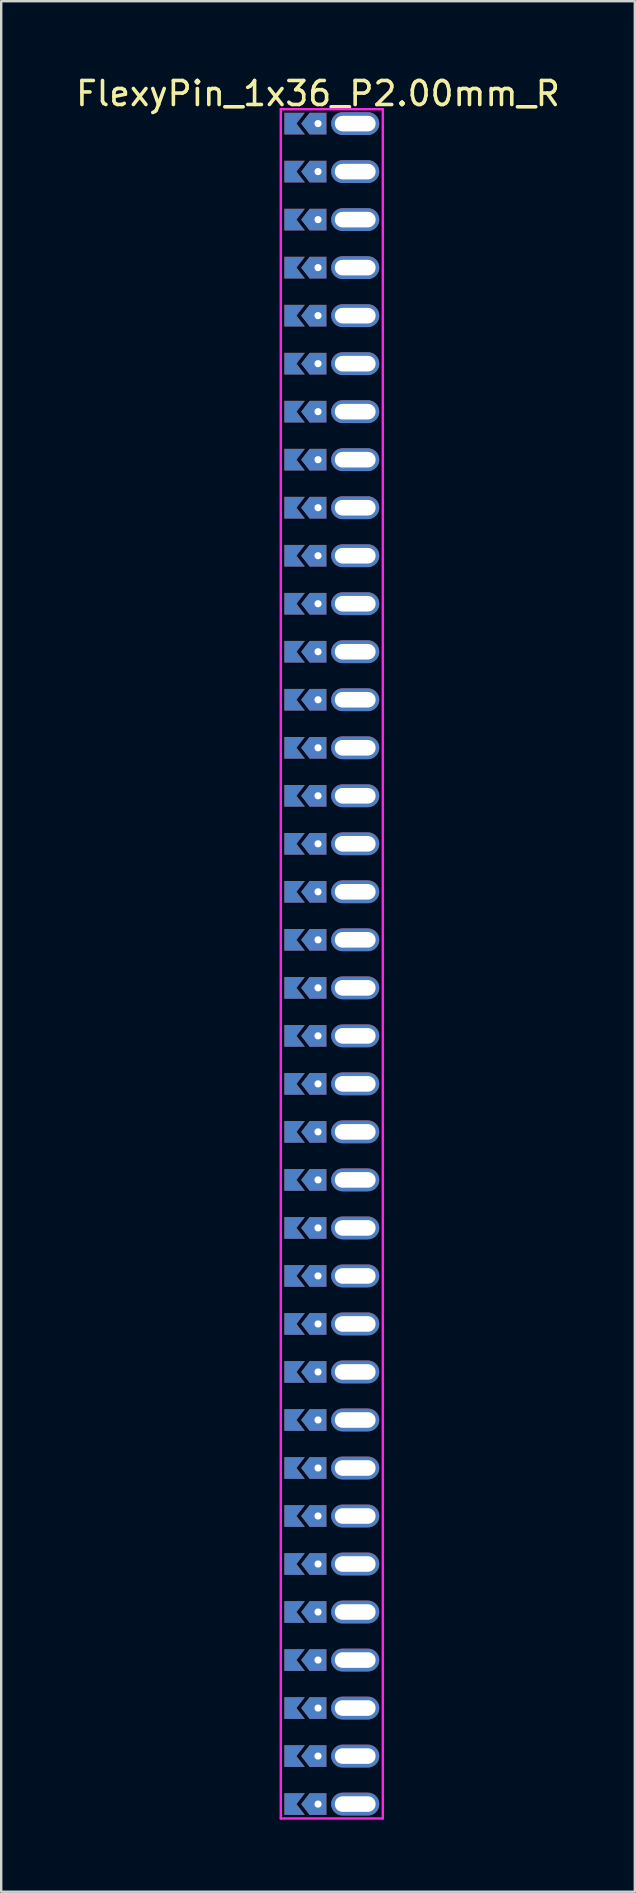
<source format=kicad_pcb>
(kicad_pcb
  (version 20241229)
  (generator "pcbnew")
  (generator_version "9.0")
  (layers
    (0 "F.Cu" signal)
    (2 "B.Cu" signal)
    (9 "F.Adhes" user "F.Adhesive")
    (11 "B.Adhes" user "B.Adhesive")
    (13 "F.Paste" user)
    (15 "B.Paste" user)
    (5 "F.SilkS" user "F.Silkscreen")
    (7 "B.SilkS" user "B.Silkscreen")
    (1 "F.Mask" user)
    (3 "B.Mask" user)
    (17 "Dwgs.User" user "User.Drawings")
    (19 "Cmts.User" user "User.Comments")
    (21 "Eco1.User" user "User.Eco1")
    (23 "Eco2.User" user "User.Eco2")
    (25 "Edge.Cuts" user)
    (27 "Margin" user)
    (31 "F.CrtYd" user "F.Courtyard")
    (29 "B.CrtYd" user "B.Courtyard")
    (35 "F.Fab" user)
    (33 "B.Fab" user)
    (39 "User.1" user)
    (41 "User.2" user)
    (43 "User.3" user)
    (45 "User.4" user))
  (footprint "FlexyPin_1x36_P2.00mm_R"
    (layer "F.Cu")
    (at 10.196 2.098)
    (property "Reference" "FlexyPin_1x36_P2.00mm_R" (at 0 -1.25 0) (layer "F.SilkS") (effects (font (size 1 1) (thickness 0.15))))
    (attr through_hole)
    (fp_line (start -1.55 -0.6) (end 2.7 -0.6) (stroke (width 0.1) (type solid)) (layer "F.CrtYd"))
    (fp_line (start -1.55 70.6) (end -1.55 -0.6) (stroke (width 0.1) (type solid)) (layer "F.CrtYd"))
    (fp_line (start 2.7 -0.6) (end 2.7 70.6) (stroke (width 0.1) (type solid)) (layer "F.CrtYd"))
    (fp_line (start 2.7 70.6) (end -1.55 70.6) (stroke (width 0.1) (type solid)) (layer "F.CrtYd"))
    (pad "" thru_hole custom (at 0 0) (size 0.3 0.3) (drill 0.6) (layers "*.Cu" "*.Mask") (options (anchor rect)) (primitives (gr_poly (pts (xy 0.35 0.45) (xy 0.35 -0.45) (xy -0.35 -0.45) (xy -0.7 0) (xy -0.35 0.45)) (width 0) (fill yes))))
    (pad "" thru_hole custom (at 0 2) (size 0.3 0.3) (drill 0.6) (layers "*.Cu" "*.Mask") (options (anchor rect)) (primitives (gr_poly (pts (xy 0.35 0.45) (xy 0.35 -0.45) (xy -0.35 -0.45) (xy -0.7 0) (xy -0.35 0.45)) (width 0) (fill yes))))
    (pad "" thru_hole custom (at 0 4) (size 0.3 0.3) (drill 0.6) (layers "*.Cu" "*.Mask") (options (anchor rect)) (primitives (gr_poly (pts (xy 0.35 0.45) (xy 0.35 -0.45) (xy -0.35 -0.45) (xy -0.7 0) (xy -0.35 0.45)) (width 0) (fill yes))))
    (pad "" thru_hole custom (at 0 6) (size 0.3 0.3) (drill 0.6) (layers "*.Cu" "*.Mask") (options (anchor rect)) (primitives (gr_poly (pts (xy 0.35 0.45) (xy 0.35 -0.45) (xy -0.35 -0.45) (xy -0.7 0) (xy -0.35 0.45)) (width 0) (fill yes))))
    (pad "" thru_hole custom (at 0 8) (size 0.3 0.3) (drill 0.6) (layers "*.Cu" "*.Mask") (options (anchor rect)) (primitives (gr_poly (pts (xy 0.35 0.45) (xy 0.35 -0.45) (xy -0.35 -0.45) (xy -0.7 0) (xy -0.35 0.45)) (width 0) (fill yes))))
    (pad "" thru_hole custom (at 0 10) (size 0.3 0.3) (drill 0.6) (layers "*.Cu" "*.Mask") (options (anchor rect)) (primitives (gr_poly (pts (xy 0.35 0.45) (xy 0.35 -0.45) (xy -0.35 -0.45) (xy -0.7 0) (xy -0.35 0.45)) (width 0) (fill yes))))
    (pad "" thru_hole custom (at 0 12) (size 0.3 0.3) (drill 0.6) (layers "*.Cu" "*.Mask") (options (anchor rect)) (primitives (gr_poly (pts (xy 0.35 0.45) (xy 0.35 -0.45) (xy -0.35 -0.45) (xy -0.7 0) (xy -0.35 0.45)) (width 0) (fill yes))))
    (pad "" thru_hole custom (at 0 14) (size 0.3 0.3) (drill 0.6) (layers "*.Cu" "*.Mask") (options (anchor rect)) (primitives (gr_poly (pts (xy 0.35 0.45) (xy 0.35 -0.45) (xy -0.35 -0.45) (xy -0.7 0) (xy -0.35 0.45)) (width 0) (fill yes))))
    (pad "" thru_hole custom (at 0 16) (size 0.3 0.3) (drill 0.6) (layers "*.Cu" "*.Mask") (options (anchor rect)) (primitives (gr_poly (pts (xy 0.35 0.45) (xy 0.35 -0.45) (xy -0.35 -0.45) (xy -0.7 0) (xy -0.35 0.45)) (width 0) (fill yes))))
    (pad "" thru_hole custom (at 0 18) (size 0.3 0.3) (drill 0.6) (layers "*.Cu" "*.Mask") (options (anchor rect)) (primitives (gr_poly (pts (xy 0.35 0.45) (xy 0.35 -0.45) (xy -0.35 -0.45) (xy -0.7 0) (xy -0.35 0.45)) (width 0) (fill yes))))
    (pad "" thru_hole custom (at 0 20) (size 0.3 0.3) (drill 0.6) (layers "*.Cu" "*.Mask") (options (anchor rect)) (primitives (gr_poly (pts (xy 0.35 0.45) (xy 0.35 -0.45) (xy -0.35 -0.45) (xy -0.7 0) (xy -0.35 0.45)) (width 0) (fill yes))))
    (pad "" thru_hole custom (at 0 22) (size 0.3 0.3) (drill 0.6) (layers "*.Cu" "*.Mask") (options (anchor rect)) (primitives (gr_poly (pts (xy 0.35 0.45) (xy 0.35 -0.45) (xy -0.35 -0.45) (xy -0.7 0) (xy -0.35 0.45)) (width 0) (fill yes))))
    (pad "" thru_hole custom (at 0 24) (size 0.3 0.3) (drill 0.6) (layers "*.Cu" "*.Mask") (options (anchor rect)) (primitives (gr_poly (pts (xy 0.35 0.45) (xy 0.35 -0.45) (xy -0.35 -0.45) (xy -0.7 0) (xy -0.35 0.45)) (width 0) (fill yes))))
    (pad "" thru_hole custom (at 0 26) (size 0.3 0.3) (drill 0.6) (layers "*.Cu" "*.Mask") (options (anchor rect)) (primitives (gr_poly (pts (xy 0.35 0.45) (xy 0.35 -0.45) (xy -0.35 -0.45) (xy -0.7 0) (xy -0.35 0.45)) (width 0) (fill yes))))
    (pad "" thru_hole custom (at 0 28) (size 0.3 0.3) (drill 0.6) (layers "*.Cu" "*.Mask") (options (anchor rect)) (primitives (gr_poly (pts (xy 0.35 0.45) (xy 0.35 -0.45) (xy -0.35 -0.45) (xy -0.7 0) (xy -0.35 0.45)) (width 0) (fill yes))))
    (pad "" thru_hole custom (at 0 30) (size 0.3 0.3) (drill 0.6) (layers "*.Cu" "*.Mask") (options (anchor rect)) (primitives (gr_poly (pts (xy 0.35 0.45) (xy 0.35 -0.45) (xy -0.35 -0.45) (xy -0.7 0) (xy -0.35 0.45)) (width 0) (fill yes))))
    (pad "" thru_hole custom (at 0 32) (size 0.3 0.3) (drill 0.6) (layers "*.Cu" "*.Mask") (options (anchor rect)) (primitives (gr_poly (pts (xy 0.35 0.45) (xy 0.35 -0.45) (xy -0.35 -0.45) (xy -0.7 0) (xy -0.35 0.45)) (width 0) (fill yes))))
    (pad "" thru_hole custom (at 0 34) (size 0.3 0.3) (drill 0.6) (layers "*.Cu" "*.Mask") (options (anchor rect)) (primitives (gr_poly (pts (xy 0.35 0.45) (xy 0.35 -0.45) (xy -0.35 -0.45) (xy -0.7 0) (xy -0.35 0.45)) (width 0) (fill yes))))
    (pad "" thru_hole custom (at 0 36) (size 0.3 0.3) (drill 0.6) (layers "*.Cu" "*.Mask") (options (anchor rect)) (primitives (gr_poly (pts (xy 0.35 0.45) (xy 0.35 -0.45) (xy -0.35 -0.45) (xy -0.7 0) (xy -0.35 0.45)) (width 0) (fill yes))))
    (pad "" thru_hole custom (at 0 38) (size 0.3 0.3) (drill 0.6) (layers "*.Cu" "*.Mask") (options (anchor rect)) (primitives (gr_poly (pts (xy 0.35 0.45) (xy 0.35 -0.45) (xy -0.35 -0.45) (xy -0.7 0) (xy -0.35 0.45)) (width 0) (fill yes))))
    (pad "" thru_hole custom (at 0 40) (size 0.3 0.3) (drill 0.6) (layers "*.Cu" "*.Mask") (options (anchor rect)) (primitives (gr_poly (pts (xy 0.35 0.45) (xy 0.35 -0.45) (xy -0.35 -0.45) (xy -0.7 0) (xy -0.35 0.45)) (width 0) (fill yes))))
    (pad "" thru_hole custom (at 0 42) (size 0.3 0.3) (drill 0.6) (layers "*.Cu" "*.Mask") (options (anchor rect)) (primitives (gr_poly (pts (xy 0.35 0.45) (xy 0.35 -0.45) (xy -0.35 -0.45) (xy -0.7 0) (xy -0.35 0.45)) (width 0) (fill yes))))
    (pad "" thru_hole custom (at 0 44) (size 0.3 0.3) (drill 0.6) (layers "*.Cu" "*.Mask") (options (anchor rect)) (primitives (gr_poly (pts (xy 0.35 0.45) (xy 0.35 -0.45) (xy -0.35 -0.45) (xy -0.7 0) (xy -0.35 0.45)) (width 0) (fill yes))))
    (pad "" thru_hole custom (at 0 46) (size 0.3 0.3) (drill 0.6) (layers "*.Cu" "*.Mask") (options (anchor rect)) (primitives (gr_poly (pts (xy 0.35 0.45) (xy 0.35 -0.45) (xy -0.35 -0.45) (xy -0.7 0) (xy -0.35 0.45)) (width 0) (fill yes))))
    (pad "" thru_hole custom (at 0 48) (size 0.3 0.3) (drill 0.6) (layers "*.Cu" "*.Mask") (options (anchor rect)) (primitives (gr_poly (pts (xy 0.35 0.45) (xy 0.35 -0.45) (xy -0.35 -0.45) (xy -0.7 0) (xy -0.35 0.45)) (width 0) (fill yes))))
    (pad "" thru_hole custom (at 0 50) (size 0.3 0.3) (drill 0.6) (layers "*.Cu" "*.Mask") (options (anchor rect)) (primitives (gr_poly (pts (xy 0.35 0.45) (xy 0.35 -0.45) (xy -0.35 -0.45) (xy -0.7 0) (xy -0.35 0.45)) (width 0) (fill yes))))
    (pad "" thru_hole custom (at 0 52) (size 0.3 0.3) (drill 0.6) (layers "*.Cu" "*.Mask") (options (anchor rect)) (primitives (gr_poly (pts (xy 0.35 0.45) (xy 0.35 -0.45) (xy -0.35 -0.45) (xy -0.7 0) (xy -0.35 0.45)) (width 0) (fill yes))))
    (pad "" thru_hole custom (at 0 54) (size 0.3 0.3) (drill 0.6) (layers "*.Cu" "*.Mask") (options (anchor rect)) (primitives (gr_poly (pts (xy 0.35 0.45) (xy 0.35 -0.45) (xy -0.35 -0.45) (xy -0.7 0) (xy -0.35 0.45)) (width 0) (fill yes))))
    (pad "" thru_hole custom (at 0 56) (size 0.3 0.3) (drill 0.6) (layers "*.Cu" "*.Mask") (options (anchor rect)) (primitives (gr_poly (pts (xy 0.35 0.45) (xy 0.35 -0.45) (xy -0.35 -0.45) (xy -0.7 0) (xy -0.35 0.45)) (width 0) (fill yes))))
    (pad "" thru_hole custom (at 0 58) (size 0.3 0.3) (drill 0.6) (layers "*.Cu" "*.Mask") (options (anchor rect)) (primitives (gr_poly (pts (xy 0.35 0.45) (xy 0.35 -0.45) (xy -0.35 -0.45) (xy -0.7 0) (xy -0.35 0.45)) (width 0) (fill yes))))
    (pad "" thru_hole custom (at 0 60) (size 0.3 0.3) (drill 0.6) (layers "*.Cu" "*.Mask") (options (anchor rect)) (primitives (gr_poly (pts (xy 0.35 0.45) (xy 0.35 -0.45) (xy -0.35 -0.45) (xy -0.7 0) (xy -0.35 0.45)) (width 0) (fill yes))))
    (pad "" thru_hole custom (at 0 62) (size 0.3 0.3) (drill 0.6) (layers "*.Cu" "*.Mask") (options (anchor rect)) (primitives (gr_poly (pts (xy 0.35 0.45) (xy 0.35 -0.45) (xy -0.35 -0.45) (xy -0.7 0) (xy -0.35 0.45)) (width 0) (fill yes))))
    (pad "" thru_hole custom (at 0 64) (size 0.3 0.3) (drill 0.6) (layers "*.Cu" "*.Mask") (options (anchor rect)) (primitives (gr_poly (pts (xy 0.35 0.45) (xy 0.35 -0.45) (xy -0.35 -0.45) (xy -0.7 0) (xy -0.35 0.45)) (width 0) (fill yes))))
    (pad "" thru_hole custom (at 0 66) (size 0.3 0.3) (drill 0.6) (layers "*.Cu" "*.Mask") (options (anchor rect)) (primitives (gr_poly (pts (xy 0.35 0.45) (xy 0.35 -0.45) (xy -0.35 -0.45) (xy -0.7 0) (xy -0.35 0.45)) (width 0) (fill yes))))
    (pad "" thru_hole custom (at 0 68) (size 0.3 0.3) (drill 0.6) (layers "*.Cu" "*.Mask") (options (anchor rect)) (primitives (gr_poly (pts (xy 0.35 0.45) (xy 0.35 -0.45) (xy -0.35 -0.45) (xy -0.7 0) (xy -0.35 0.45)) (width 0) (fill yes))))
    (pad "" thru_hole custom (at 0 70) (size 0.3 0.3) (drill 0.6) (layers "*.Cu" "*.Mask") (options (anchor rect)) (primitives (gr_poly (pts (xy 0.35 0.45) (xy 0.35 -0.45) (xy -0.35 -0.45) (xy -0.7 0) (xy -0.35 0.45)) (width 0) (fill yes))))
    (pad "" thru_hole oval (at 1.55 0) (size 2 0.95) (drill oval 1.7 0.65) (layers "*.Cu" "*.Mask"))
    (pad "" thru_hole oval (at 1.55 2) (size 2 0.95) (drill oval 1.7 0.65) (layers "*.Cu" "*.Mask"))
    (pad "" thru_hole oval (at 1.55 4) (size 2 0.95) (drill oval 1.7 0.65) (layers "*.Cu" "*.Mask"))
    (pad "" thru_hole oval (at 1.55 6) (size 2 0.95) (drill oval 1.7 0.65) (layers "*.Cu" "*.Mask"))
    (pad "" thru_hole oval (at 1.55 8) (size 2 0.95) (drill oval 1.7 0.65) (layers "*.Cu" "*.Mask"))
    (pad "" thru_hole oval (at 1.55 10) (size 2 0.95) (drill oval 1.7 0.65) (layers "*.Cu" "*.Mask"))
    (pad "" thru_hole oval (at 1.55 12) (size 2 0.95) (drill oval 1.7 0.65) (layers "*.Cu" "*.Mask"))
    (pad "" thru_hole oval (at 1.55 14) (size 2 0.95) (drill oval 1.7 0.65) (layers "*.Cu" "*.Mask"))
    (pad "" thru_hole oval (at 1.55 16) (size 2 0.95) (drill oval 1.7 0.65) (layers "*.Cu" "*.Mask"))
    (pad "" thru_hole oval (at 1.55 18) (size 2 0.95) (drill oval 1.7 0.65) (layers "*.Cu" "*.Mask"))
    (pad "" thru_hole oval (at 1.55 20) (size 2 0.95) (drill oval 1.7 0.65) (layers "*.Cu" "*.Mask"))
    (pad "" thru_hole oval (at 1.55 22) (size 2 0.95) (drill oval 1.7 0.65) (layers "*.Cu" "*.Mask"))
    (pad "" thru_hole oval (at 1.55 24) (size 2 0.95) (drill oval 1.7 0.65) (layers "*.Cu" "*.Mask"))
    (pad "" thru_hole oval (at 1.55 26) (size 2 0.95) (drill oval 1.7 0.65) (layers "*.Cu" "*.Mask"))
    (pad "" thru_hole oval (at 1.55 28) (size 2 0.95) (drill oval 1.7 0.65) (layers "*.Cu" "*.Mask"))
    (pad "" thru_hole oval (at 1.55 30) (size 2 0.95) (drill oval 1.7 0.65) (layers "*.Cu" "*.Mask"))
    (pad "" thru_hole oval (at 1.55 32) (size 2 0.95) (drill oval 1.7 0.65) (layers "*.Cu" "*.Mask"))
    (pad "" thru_hole oval (at 1.55 34) (size 2 0.95) (drill oval 1.7 0.65) (layers "*.Cu" "*.Mask"))
    (pad "" thru_hole oval (at 1.55 36) (size 2 0.95) (drill oval 1.7 0.65) (layers "*.Cu" "*.Mask"))
    (pad "" thru_hole oval (at 1.55 38) (size 2 0.95) (drill oval 1.7 0.65) (layers "*.Cu" "*.Mask"))
    (pad "" thru_hole oval (at 1.55 40) (size 2 0.95) (drill oval 1.7 0.65) (layers "*.Cu" "*.Mask"))
    (pad "" thru_hole oval (at 1.55 42) (size 2 0.95) (drill oval 1.7 0.65) (layers "*.Cu" "*.Mask"))
    (pad "" thru_hole oval (at 1.55 44) (size 2 0.95) (drill oval 1.7 0.65) (layers "*.Cu" "*.Mask"))
    (pad "" thru_hole oval (at 1.55 46) (size 2 0.95) (drill oval 1.7 0.65) (layers "*.Cu" "*.Mask"))
    (pad "" thru_hole oval (at 1.55 48) (size 2 0.95) (drill oval 1.7 0.65) (layers "*.Cu" "*.Mask"))
    (pad "" thru_hole oval (at 1.55 50) (size 2 0.95) (drill oval 1.7 0.65) (layers "*.Cu" "*.Mask"))
    (pad "" thru_hole oval (at 1.55 52) (size 2 0.95) (drill oval 1.7 0.65) (layers "*.Cu" "*.Mask"))
    (pad "" thru_hole oval (at 1.55 54) (size 2 0.95) (drill oval 1.7 0.65) (layers "*.Cu" "*.Mask"))
    (pad "" thru_hole oval (at 1.55 56) (size 2 0.95) (drill oval 1.7 0.65) (layers "*.Cu" "*.Mask"))
    (pad "" thru_hole oval (at 1.55 58) (size 2 0.95) (drill oval 1.7 0.65) (layers "*.Cu" "*.Mask"))
    (pad "" thru_hole oval (at 1.55 60) (size 2 0.95) (drill oval 1.7 0.65) (layers "*.Cu" "*.Mask"))
    (pad "" thru_hole oval (at 1.55 62) (size 2 0.95) (drill oval 1.7 0.65) (layers "*.Cu" "*.Mask"))
    (pad "" thru_hole oval (at 1.55 64) (size 2 0.95) (drill oval 1.7 0.65) (layers "*.Cu" "*.Mask"))
    (pad "" thru_hole oval (at 1.55 66) (size 2 0.95) (drill oval 1.7 0.65) (layers "*.Cu" "*.Mask"))
    (pad "" thru_hole oval (at 1.55 68) (size 2 0.95) (drill oval 1.7 0.65) (layers "*.Cu" "*.Mask"))
    (pad "" thru_hole oval (at 1.55 70) (size 2 0.95) (drill oval 1.7 0.65) (layers "*.Cu" "*.Mask"))
    (pad "1" smd custom (at -0.9 0) (size 0.01 0.01) (layers "F.Cu" "F.Mask") (options (anchor rect)) (primitives (gr_poly (pts (xy 0 0) (xy 0.35 0.45) (xy -0.5 0.45) (xy -0.5 -0.45) (xy 0.35 -0.45)) (width 0) (fill yes))))
    (pad "1" smd custom (at -0.9 2) (size 0.01 0.01) (layers "F.Cu" "F.Mask") (options (anchor rect)) (primitives (gr_poly (pts (xy 0 0) (xy 0.35 0.45) (xy -0.5 0.45) (xy -0.5 -0.45) (xy 0.35 -0.45)) (width 0) (fill yes))))
    (pad "1" smd custom (at -0.9 4) (size 0.01 0.01) (layers "F.Cu" "F.Mask") (options (anchor rect)) (primitives (gr_poly (pts (xy 0 0) (xy 0.35 0.45) (xy -0.5 0.45) (xy -0.5 -0.45) (xy 0.35 -0.45)) (width 0) (fill yes))))
    (pad "1" smd custom (at -0.9 6) (size 0.01 0.01) (layers "F.Cu" "F.Mask") (options (anchor rect)) (primitives (gr_poly (pts (xy 0 0) (xy 0.35 0.45) (xy -0.5 0.45) (xy -0.5 -0.45) (xy 0.35 -0.45)) (width 0) (fill yes))))
    (pad "1" smd custom (at -0.9 8) (size 0.01 0.01) (layers "F.Cu" "F.Mask") (options (anchor rect)) (primitives (gr_poly (pts (xy 0 0) (xy 0.35 0.45) (xy -0.5 0.45) (xy -0.5 -0.45) (xy 0.35 -0.45)) (width 0) (fill yes))))
    (pad "1" smd custom (at -0.9 10) (size 0.01 0.01) (layers "F.Cu" "F.Mask") (options (anchor rect)) (primitives (gr_poly (pts (xy 0 0) (xy 0.35 0.45) (xy -0.5 0.45) (xy -0.5 -0.45) (xy 0.35 -0.45)) (width 0) (fill yes))))
    (pad "1" smd custom (at -0.9 12) (size 0.01 0.01) (layers "F.Cu" "F.Mask") (options (anchor rect)) (primitives (gr_poly (pts (xy 0 0) (xy 0.35 0.45) (xy -0.5 0.45) (xy -0.5 -0.45) (xy 0.35 -0.45)) (width 0) (fill yes))))
    (pad "1" smd custom (at -0.9 14) (size 0.01 0.01) (layers "F.Cu" "F.Mask") (options (anchor rect)) (primitives (gr_poly (pts (xy 0 0) (xy 0.35 0.45) (xy -0.5 0.45) (xy -0.5 -0.45) (xy 0.35 -0.45)) (width 0) (fill yes))))
    (pad "1" smd custom (at -0.9 16) (size 0.01 0.01) (layers "F.Cu" "F.Mask") (options (anchor rect)) (primitives (gr_poly (pts (xy 0 0) (xy 0.35 0.45) (xy -0.5 0.45) (xy -0.5 -0.45) (xy 0.35 -0.45)) (width 0) (fill yes))))
    (pad "1" smd custom (at -0.9 18) (size 0.01 0.01) (layers "F.Cu" "F.Mask") (options (anchor rect)) (primitives (gr_poly (pts (xy 0 0) (xy 0.35 0.45) (xy -0.5 0.45) (xy -0.5 -0.45) (xy 0.35 -0.45)) (width 0) (fill yes))))
    (pad "1" smd custom (at -0.9 20) (size 0.01 0.01) (layers "F.Cu" "F.Mask") (options (anchor rect)) (primitives (gr_poly (pts (xy 0 0) (xy 0.35 0.45) (xy -0.5 0.45) (xy -0.5 -0.45) (xy 0.35 -0.45)) (width 0) (fill yes))))
    (pad "1" smd custom (at -0.9 22) (size 0.01 0.01) (layers "F.Cu" "F.Mask") (options (anchor rect)) (primitives (gr_poly (pts (xy 0 0) (xy 0.35 0.45) (xy -0.5 0.45) (xy -0.5 -0.45) (xy 0.35 -0.45)) (width 0) (fill yes))))
    (pad "1" smd custom (at -0.9 24) (size 0.01 0.01) (layers "F.Cu" "F.Mask") (options (anchor rect)) (primitives (gr_poly (pts (xy 0 0) (xy 0.35 0.45) (xy -0.5 0.45) (xy -0.5 -0.45) (xy 0.35 -0.45)) (width 0) (fill yes))))
    (pad "1" smd custom (at -0.9 26) (size 0.01 0.01) (layers "F.Cu" "F.Mask") (options (anchor rect)) (primitives (gr_poly (pts (xy 0 0) (xy 0.35 0.45) (xy -0.5 0.45) (xy -0.5 -0.45) (xy 0.35 -0.45)) (width 0) (fill yes))))
    (pad "1" smd custom (at -0.9 28) (size 0.01 0.01) (layers "F.Cu" "F.Mask") (options (anchor rect)) (primitives (gr_poly (pts (xy 0 0) (xy 0.35 0.45) (xy -0.5 0.45) (xy -0.5 -0.45) (xy 0.35 -0.45)) (width 0) (fill yes))))
    (pad "1" smd custom (at -0.9 30) (size 0.01 0.01) (layers "F.Cu" "F.Mask") (options (anchor rect)) (primitives (gr_poly (pts (xy 0 0) (xy 0.35 0.45) (xy -0.5 0.45) (xy -0.5 -0.45) (xy 0.35 -0.45)) (width 0) (fill yes))))
    (pad "1" smd custom (at -0.9 32) (size 0.01 0.01) (layers "F.Cu" "F.Mask") (options (anchor rect)) (primitives (gr_poly (pts (xy 0 0) (xy 0.35 0.45) (xy -0.5 0.45) (xy -0.5 -0.45) (xy 0.35 -0.45)) (width 0) (fill yes))))
    (pad "1" smd custom (at -0.9 34) (size 0.01 0.01) (layers "F.Cu" "F.Mask") (options (anchor rect)) (primitives (gr_poly (pts (xy 0 0) (xy 0.35 0.45) (xy -0.5 0.45) (xy -0.5 -0.45) (xy 0.35 -0.45)) (width 0) (fill yes))))
    (pad "1" smd custom (at -0.9 36) (size 0.01 0.01) (layers "F.Cu" "F.Mask") (options (anchor rect)) (primitives (gr_poly (pts (xy 0 0) (xy 0.35 0.45) (xy -0.5 0.45) (xy -0.5 -0.45) (xy 0.35 -0.45)) (width 0) (fill yes))))
    (pad "1" smd custom (at -0.9 38) (size 0.01 0.01) (layers "F.Cu" "F.Mask") (options (anchor rect)) (primitives (gr_poly (pts (xy 0 0) (xy 0.35 0.45) (xy -0.5 0.45) (xy -0.5 -0.45) (xy 0.35 -0.45)) (width 0) (fill yes))))
    (pad "1" smd custom (at -0.9 40) (size 0.01 0.01) (layers "F.Cu" "F.Mask") (options (anchor rect)) (primitives (gr_poly (pts (xy 0 0) (xy 0.35 0.45) (xy -0.5 0.45) (xy -0.5 -0.45) (xy 0.35 -0.45)) (width 0) (fill yes))))
    (pad "1" smd custom (at -0.9 42) (size 0.01 0.01) (layers "F.Cu" "F.Mask") (options (anchor rect)) (primitives (gr_poly (pts (xy 0 0) (xy 0.35 0.45) (xy -0.5 0.45) (xy -0.5 -0.45) (xy 0.35 -0.45)) (width 0) (fill yes))))
    (pad "1" smd custom (at -0.9 44) (size 0.01 0.01) (layers "F.Cu" "F.Mask") (options (anchor rect)) (primitives (gr_poly (pts (xy 0 0) (xy 0.35 0.45) (xy -0.5 0.45) (xy -0.5 -0.45) (xy 0.35 -0.45)) (width 0) (fill yes))))
    (pad "1" smd custom (at -0.9 46) (size 0.01 0.01) (layers "F.Cu" "F.Mask") (options (anchor rect)) (primitives (gr_poly (pts (xy 0 0) (xy 0.35 0.45) (xy -0.5 0.45) (xy -0.5 -0.45) (xy 0.35 -0.45)) (width 0) (fill yes))))
    (pad "1" smd custom (at -0.9 48) (size 0.01 0.01) (layers "F.Cu" "F.Mask") (options (anchor rect)) (primitives (gr_poly (pts (xy 0 0) (xy 0.35 0.45) (xy -0.5 0.45) (xy -0.5 -0.45) (xy 0.35 -0.45)) (width 0) (fill yes))))
    (pad "1" smd custom (at -0.9 50) (size 0.01 0.01) (layers "F.Cu" "F.Mask") (options (anchor rect)) (primitives (gr_poly (pts (xy 0 0) (xy 0.35 0.45) (xy -0.5 0.45) (xy -0.5 -0.45) (xy 0.35 -0.45)) (width 0) (fill yes))))
    (pad "1" smd custom (at -0.9 52) (size 0.01 0.01) (layers "F.Cu" "F.Mask") (options (anchor rect)) (primitives (gr_poly (pts (xy 0 0) (xy 0.35 0.45) (xy -0.5 0.45) (xy -0.5 -0.45) (xy 0.35 -0.45)) (width 0) (fill yes))))
    (pad "1" smd custom (at -0.9 54) (size 0.01 0.01) (layers "F.Cu" "F.Mask") (options (anchor rect)) (primitives (gr_poly (pts (xy 0 0) (xy 0.35 0.45) (xy -0.5 0.45) (xy -0.5 -0.45) (xy 0.35 -0.45)) (width 0) (fill yes))))
    (pad "1" smd custom (at -0.9 56) (size 0.01 0.01) (layers "F.Cu" "F.Mask") (options (anchor rect)) (primitives (gr_poly (pts (xy 0 0) (xy 0.35 0.45) (xy -0.5 0.45) (xy -0.5 -0.45) (xy 0.35 -0.45)) (width 0) (fill yes))))
    (pad "1" smd custom (at -0.9 58) (size 0.01 0.01) (layers "F.Cu" "F.Mask") (options (anchor rect)) (primitives (gr_poly (pts (xy 0 0) (xy 0.35 0.45) (xy -0.5 0.45) (xy -0.5 -0.45) (xy 0.35 -0.45)) (width 0) (fill yes))))
    (pad "1" smd custom (at -0.9 60) (size 0.01 0.01) (layers "F.Cu" "F.Mask") (options (anchor rect)) (primitives (gr_poly (pts (xy 0 0) (xy 0.35 0.45) (xy -0.5 0.45) (xy -0.5 -0.45) (xy 0.35 -0.45)) (width 0) (fill yes))))
    (pad "1" smd custom (at -0.9 62) (size 0.01 0.01) (layers "F.Cu" "F.Mask") (options (anchor rect)) (primitives (gr_poly (pts (xy 0 0) (xy 0.35 0.45) (xy -0.5 0.45) (xy -0.5 -0.45) (xy 0.35 -0.45)) (width 0) (fill yes))))
    (pad "1" smd custom (at -0.9 64) (size 0.01 0.01) (layers "F.Cu" "F.Mask") (options (anchor rect)) (primitives (gr_poly (pts (xy 0 0) (xy 0.35 0.45) (xy -0.5 0.45) (xy -0.5 -0.45) (xy 0.35 -0.45)) (width 0) (fill yes))))
    (pad "1" smd custom (at -0.9 66) (size 0.01 0.01) (layers "F.Cu" "F.Mask") (options (anchor rect)) (primitives (gr_poly (pts (xy 0 0) (xy 0.35 0.45) (xy -0.5 0.45) (xy -0.5 -0.45) (xy 0.35 -0.45)) (width 0) (fill yes))))
    (pad "1" smd custom (at -0.9 68) (size 0.01 0.01) (layers "F.Cu" "F.Mask") (options (anchor rect)) (primitives (gr_poly (pts (xy 0 0) (xy 0.35 0.45) (xy -0.5 0.45) (xy -0.5 -0.45) (xy 0.35 -0.45)) (width 0) (fill yes))))
    (pad "1" smd custom (at -0.9 70) (size 0.01 0.01) (layers "F.Cu" "F.Mask") (options (anchor rect)) (primitives (gr_poly (pts (xy 0 0) (xy 0.35 0.45) (xy -0.5 0.45) (xy -0.5 -0.45) (xy 0.35 -0.45)) (width 0) (fill yes))))
    (pad "2" smd custom (at -0.9 0) (size 0.01 0.01) (layers "B.Cu" "B.Mask") (options (anchor rect)) (primitives (gr_poly (pts (xy 0 0) (xy 0.35 0.45) (xy -0.5 0.45) (xy -0.5 -0.45) (xy 0.35 -0.45)) (width 0) (fill yes))))
    (pad "2" smd custom (at -0.9 2) (size 0.01 0.01) (layers "B.Cu" "B.Mask") (options (anchor rect)) (primitives (gr_poly (pts (xy 0 0) (xy 0.35 0.45) (xy -0.5 0.45) (xy -0.5 -0.45) (xy 0.35 -0.45)) (width 0) (fill yes))))
    (pad "2" smd custom (at -0.9 4) (size 0.01 0.01) (layers "B.Cu" "B.Mask") (options (anchor rect)) (primitives (gr_poly (pts (xy 0 0) (xy 0.35 0.45) (xy -0.5 0.45) (xy -0.5 -0.45) (xy 0.35 -0.45)) (width 0) (fill yes))))
    (pad "2" smd custom (at -0.9 6) (size 0.01 0.01) (layers "B.Cu" "B.Mask") (options (anchor rect)) (primitives (gr_poly (pts (xy 0 0) (xy 0.35 0.45) (xy -0.5 0.45) (xy -0.5 -0.45) (xy 0.35 -0.45)) (width 0) (fill yes))))
    (pad "2" smd custom (at -0.9 8) (size 0.01 0.01) (layers "B.Cu" "B.Mask") (options (anchor rect)) (primitives (gr_poly (pts (xy 0 0) (xy 0.35 0.45) (xy -0.5 0.45) (xy -0.5 -0.45) (xy 0.35 -0.45)) (width 0) (fill yes))))
    (pad "2" smd custom (at -0.9 10) (size 0.01 0.01) (layers "B.Cu" "B.Mask") (options (anchor rect)) (primitives (gr_poly (pts (xy 0 0) (xy 0.35 0.45) (xy -0.5 0.45) (xy -0.5 -0.45) (xy 0.35 -0.45)) (width 0) (fill yes))))
    (pad "2" smd custom (at -0.9 12) (size 0.01 0.01) (layers "B.Cu" "B.Mask") (options (anchor rect)) (primitives (gr_poly (pts (xy 0 0) (xy 0.35 0.45) (xy -0.5 0.45) (xy -0.5 -0.45) (xy 0.35 -0.45)) (width 0) (fill yes))))
    (pad "2" smd custom (at -0.9 14) (size 0.01 0.01) (layers "B.Cu" "B.Mask") (options (anchor rect)) (primitives (gr_poly (pts (xy 0 0) (xy 0.35 0.45) (xy -0.5 0.45) (xy -0.5 -0.45) (xy 0.35 -0.45)) (width 0) (fill yes))))
    (pad "2" smd custom (at -0.9 16) (size 0.01 0.01) (layers "B.Cu" "B.Mask") (options (anchor rect)) (primitives (gr_poly (pts (xy 0 0) (xy 0.35 0.45) (xy -0.5 0.45) (xy -0.5 -0.45) (xy 0.35 -0.45)) (width 0) (fill yes))))
    (pad "2" smd custom (at -0.9 18) (size 0.01 0.01) (layers "B.Cu" "B.Mask") (options (anchor rect)) (primitives (gr_poly (pts (xy 0 0) (xy 0.35 0.45) (xy -0.5 0.45) (xy -0.5 -0.45) (xy 0.35 -0.45)) (width 0) (fill yes))))
    (pad "2" smd custom (at -0.9 20) (size 0.01 0.01) (layers "B.Cu" "B.Mask") (options (anchor rect)) (primitives (gr_poly (pts (xy 0 0) (xy 0.35 0.45) (xy -0.5 0.45) (xy -0.5 -0.45) (xy 0.35 -0.45)) (width 0) (fill yes))))
    (pad "2" smd custom (at -0.9 22) (size 0.01 0.01) (layers "B.Cu" "B.Mask") (options (anchor rect)) (primitives (gr_poly (pts (xy 0 0) (xy 0.35 0.45) (xy -0.5 0.45) (xy -0.5 -0.45) (xy 0.35 -0.45)) (width 0) (fill yes))))
    (pad "2" smd custom (at -0.9 24) (size 0.01 0.01) (layers "B.Cu" "B.Mask") (options (anchor rect)) (primitives (gr_poly (pts (xy 0 0) (xy 0.35 0.45) (xy -0.5 0.45) (xy -0.5 -0.45) (xy 0.35 -0.45)) (width 0) (fill yes))))
    (pad "2" smd custom (at -0.9 26) (size 0.01 0.01) (layers "B.Cu" "B.Mask") (options (anchor rect)) (primitives (gr_poly (pts (xy 0 0) (xy 0.35 0.45) (xy -0.5 0.45) (xy -0.5 -0.45) (xy 0.35 -0.45)) (width 0) (fill yes))))
    (pad "2" smd custom (at -0.9 28) (size 0.01 0.01) (layers "B.Cu" "B.Mask") (options (anchor rect)) (primitives (gr_poly (pts (xy 0 0) (xy 0.35 0.45) (xy -0.5 0.45) (xy -0.5 -0.45) (xy 0.35 -0.45)) (width 0) (fill yes))))
    (pad "2" smd custom (at -0.9 30) (size 0.01 0.01) (layers "B.Cu" "B.Mask") (options (anchor rect)) (primitives (gr_poly (pts (xy 0 0) (xy 0.35 0.45) (xy -0.5 0.45) (xy -0.5 -0.45) (xy 0.35 -0.45)) (width 0) (fill yes))))
    (pad "2" smd custom (at -0.9 32) (size 0.01 0.01) (layers "B.Cu" "B.Mask") (options (anchor rect)) (primitives (gr_poly (pts (xy 0 0) (xy 0.35 0.45) (xy -0.5 0.45) (xy -0.5 -0.45) (xy 0.35 -0.45)) (width 0) (fill yes))))
    (pad "2" smd custom (at -0.9 34) (size 0.01 0.01) (layers "B.Cu" "B.Mask") (options (anchor rect)) (primitives (gr_poly (pts (xy 0 0) (xy 0.35 0.45) (xy -0.5 0.45) (xy -0.5 -0.45) (xy 0.35 -0.45)) (width 0) (fill yes))))
    (pad "2" smd custom (at -0.9 36) (size 0.01 0.01) (layers "B.Cu" "B.Mask") (options (anchor rect)) (primitives (gr_poly (pts (xy 0 0) (xy 0.35 0.45) (xy -0.5 0.45) (xy -0.5 -0.45) (xy 0.35 -0.45)) (width 0) (fill yes))))
    (pad "2" smd custom (at -0.9 38) (size 0.01 0.01) (layers "B.Cu" "B.Mask") (options (anchor rect)) (primitives (gr_poly (pts (xy 0 0) (xy 0.35 0.45) (xy -0.5 0.45) (xy -0.5 -0.45) (xy 0.35 -0.45)) (width 0) (fill yes))))
    (pad "2" smd custom (at -0.9 40) (size 0.01 0.01) (layers "B.Cu" "B.Mask") (options (anchor rect)) (primitives (gr_poly (pts (xy 0 0) (xy 0.35 0.45) (xy -0.5 0.45) (xy -0.5 -0.45) (xy 0.35 -0.45)) (width 0) (fill yes))))
    (pad "2" smd custom (at -0.9 42) (size 0.01 0.01) (layers "B.Cu" "B.Mask") (options (anchor rect)) (primitives (gr_poly (pts (xy 0 0) (xy 0.35 0.45) (xy -0.5 0.45) (xy -0.5 -0.45) (xy 0.35 -0.45)) (width 0) (fill yes))))
    (pad "2" smd custom (at -0.9 44) (size 0.01 0.01) (layers "B.Cu" "B.Mask") (options (anchor rect)) (primitives (gr_poly (pts (xy 0 0) (xy 0.35 0.45) (xy -0.5 0.45) (xy -0.5 -0.45) (xy 0.35 -0.45)) (width 0) (fill yes))))
    (pad "2" smd custom (at -0.9 46) (size 0.01 0.01) (layers "B.Cu" "B.Mask") (options (anchor rect)) (primitives (gr_poly (pts (xy 0 0) (xy 0.35 0.45) (xy -0.5 0.45) (xy -0.5 -0.45) (xy 0.35 -0.45)) (width 0) (fill yes))))
    (pad "2" smd custom (at -0.9 48) (size 0.01 0.01) (layers "B.Cu" "B.Mask") (options (anchor rect)) (primitives (gr_poly (pts (xy 0 0) (xy 0.35 0.45) (xy -0.5 0.45) (xy -0.5 -0.45) (xy 0.35 -0.45)) (width 0) (fill yes))))
    (pad "2" smd custom (at -0.9 50) (size 0.01 0.01) (layers "B.Cu" "B.Mask") (options (anchor rect)) (primitives (gr_poly (pts (xy 0 0) (xy 0.35 0.45) (xy -0.5 0.45) (xy -0.5 -0.45) (xy 0.35 -0.45)) (width 0) (fill yes))))
    (pad "2" smd custom (at -0.9 52) (size 0.01 0.01) (layers "B.Cu" "B.Mask") (options (anchor rect)) (primitives (gr_poly (pts (xy 0 0) (xy 0.35 0.45) (xy -0.5 0.45) (xy -0.5 -0.45) (xy 0.35 -0.45)) (width 0) (fill yes))))
    (pad "2" smd custom (at -0.9 54) (size 0.01 0.01) (layers "B.Cu" "B.Mask") (options (anchor rect)) (primitives (gr_poly (pts (xy 0 0) (xy 0.35 0.45) (xy -0.5 0.45) (xy -0.5 -0.45) (xy 0.35 -0.45)) (width 0) (fill yes))))
    (pad "2" smd custom (at -0.9 56) (size 0.01 0.01) (layers "B.Cu" "B.Mask") (options (anchor rect)) (primitives (gr_poly (pts (xy 0 0) (xy 0.35 0.45) (xy -0.5 0.45) (xy -0.5 -0.45) (xy 0.35 -0.45)) (width 0) (fill yes))))
    (pad "2" smd custom (at -0.9 58) (size 0.01 0.01) (layers "B.Cu" "B.Mask") (options (anchor rect)) (primitives (gr_poly (pts (xy 0 0) (xy 0.35 0.45) (xy -0.5 0.45) (xy -0.5 -0.45) (xy 0.35 -0.45)) (width 0) (fill yes))))
    (pad "2" smd custom (at -0.9 60) (size 0.01 0.01) (layers "B.Cu" "B.Mask") (options (anchor rect)) (primitives (gr_poly (pts (xy 0 0) (xy 0.35 0.45) (xy -0.5 0.45) (xy -0.5 -0.45) (xy 0.35 -0.45)) (width 0) (fill yes))))
    (pad "2" smd custom (at -0.9 62) (size 0.01 0.01) (layers "B.Cu" "B.Mask") (options (anchor rect)) (primitives (gr_poly (pts (xy 0 0) (xy 0.35 0.45) (xy -0.5 0.45) (xy -0.5 -0.45) (xy 0.35 -0.45)) (width 0) (fill yes))))
    (pad "2" smd custom (at -0.9 64) (size 0.01 0.01) (layers "B.Cu" "B.Mask") (options (anchor rect)) (primitives (gr_poly (pts (xy 0 0) (xy 0.35 0.45) (xy -0.5 0.45) (xy -0.5 -0.45) (xy 0.35 -0.45)) (width 0) (fill yes))))
    (pad "2" smd custom (at -0.9 66) (size 0.01 0.01) (layers "B.Cu" "B.Mask") (options (anchor rect)) (primitives (gr_poly (pts (xy 0 0) (xy 0.35 0.45) (xy -0.5 0.45) (xy -0.5 -0.45) (xy 0.35 -0.45)) (width 0) (fill yes))))
    (pad "2" smd custom (at -0.9 68) (size 0.01 0.01) (layers "B.Cu" "B.Mask") (options (anchor rect)) (primitives (gr_poly (pts (xy 0 0) (xy 0.35 0.45) (xy -0.5 0.45) (xy -0.5 -0.45) (xy 0.35 -0.45)) (width 0) (fill yes))))
    (pad "2" smd custom (at -0.9 70) (size 0.01 0.01) (layers "B.Cu" "B.Mask") (options (anchor rect)) (primitives (gr_poly (pts (xy 0 0) (xy 0.35 0.45) (xy -0.5 0.45) (xy -0.5 -0.45) (xy 0.35 -0.45)) (width 0) (fill yes)))))
  (gr_rect
    (start -3 -3)
    (end 23.393 75.748)
    (stroke (width 0.1) (type default))
    (fill no)
    (layer "Edge.Cuts")))
</source>
